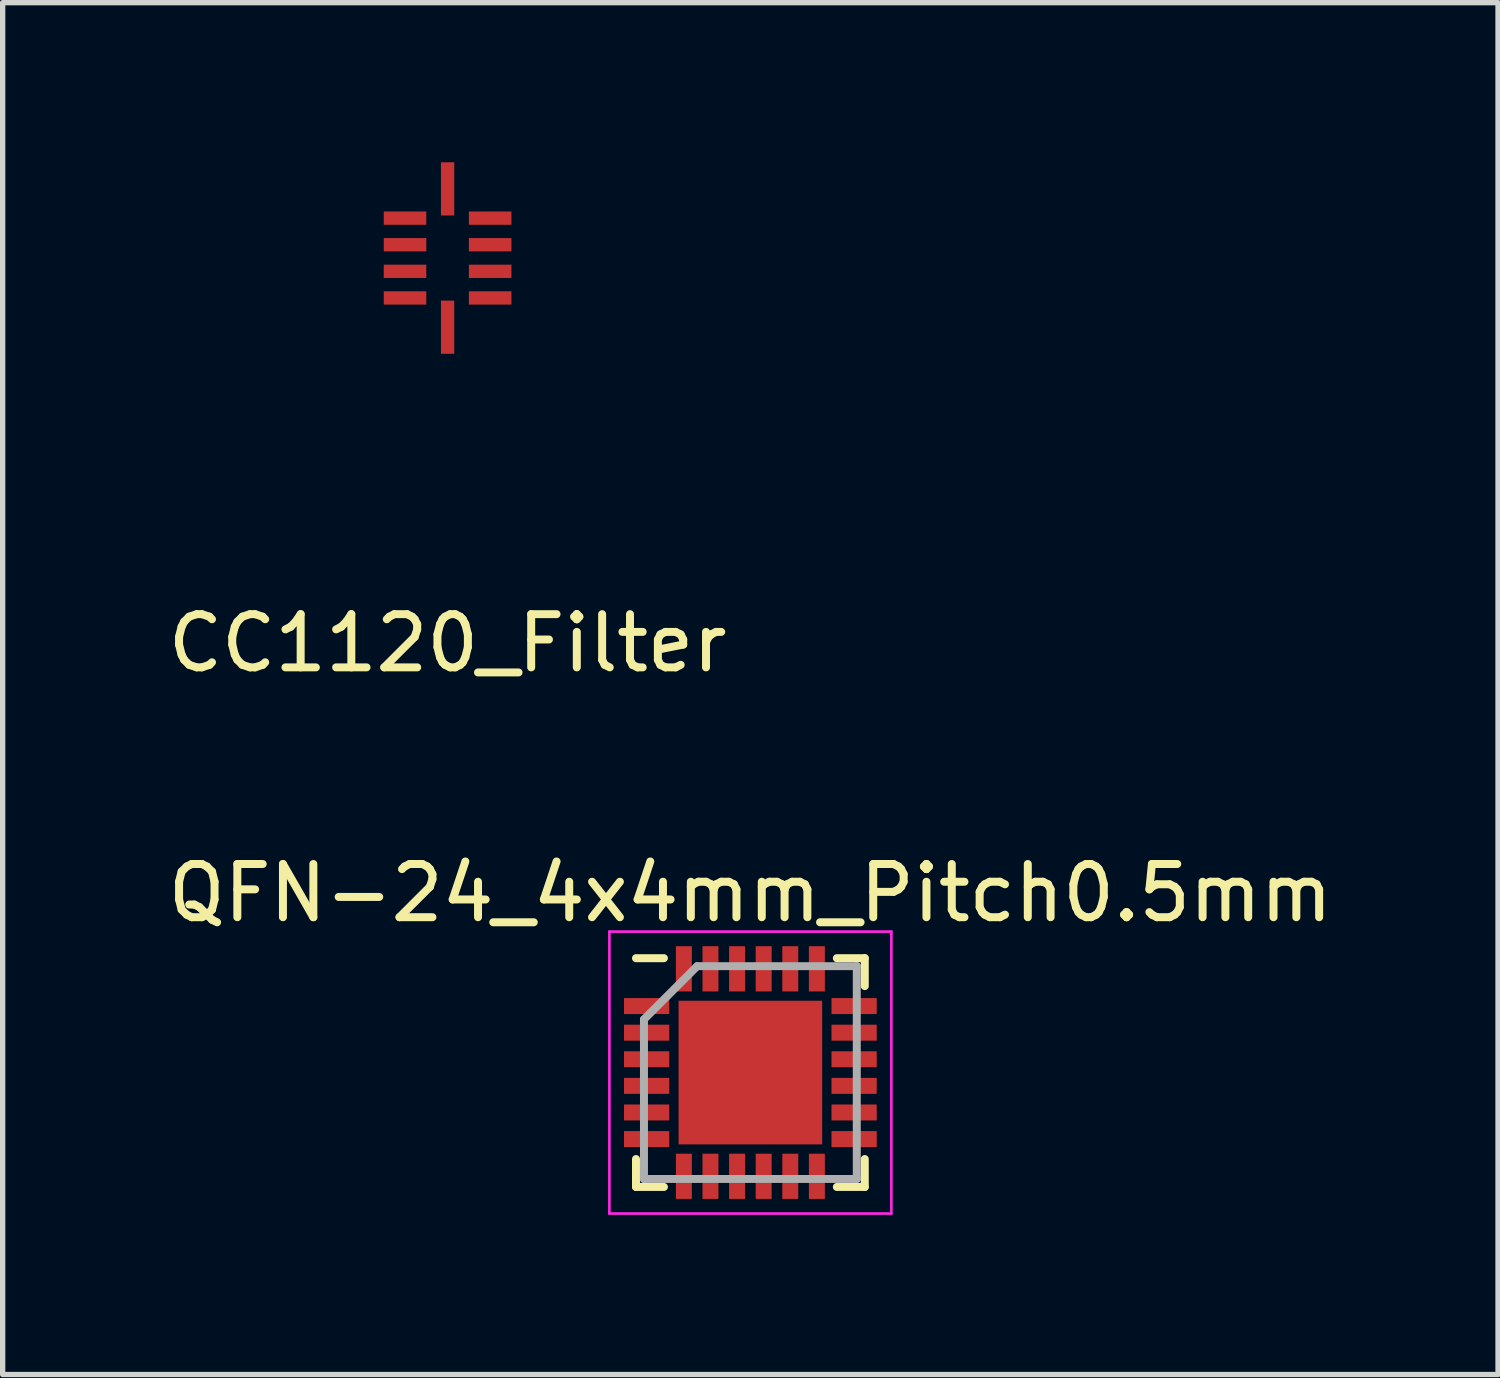
<source format=kicad_pcb>
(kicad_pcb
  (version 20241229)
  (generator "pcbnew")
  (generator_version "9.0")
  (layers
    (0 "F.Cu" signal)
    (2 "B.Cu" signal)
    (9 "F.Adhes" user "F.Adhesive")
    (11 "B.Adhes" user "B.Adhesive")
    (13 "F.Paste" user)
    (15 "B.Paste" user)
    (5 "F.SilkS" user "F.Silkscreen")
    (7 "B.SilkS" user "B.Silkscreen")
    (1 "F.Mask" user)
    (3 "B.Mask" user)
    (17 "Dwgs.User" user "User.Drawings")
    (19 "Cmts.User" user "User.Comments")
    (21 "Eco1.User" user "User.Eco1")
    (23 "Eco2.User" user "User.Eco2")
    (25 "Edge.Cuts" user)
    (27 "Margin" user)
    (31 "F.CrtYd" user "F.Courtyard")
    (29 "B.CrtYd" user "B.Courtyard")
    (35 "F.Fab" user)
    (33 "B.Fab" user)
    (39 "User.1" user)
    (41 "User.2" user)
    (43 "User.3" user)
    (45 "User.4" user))
  (footprint "CC1120_Filter"
    (layer "F.Cu")
    (at 5.363 1.8)
    (property "Reference" "CC1120_Filter" (at 0 7.239 0) (layer "F.SilkS") (effects (font (size 1 1) (thickness 0.15))))
    (attr through_hole)
    (pad "1" smd rect (at -0.8 -0.75) (size 0.8 0.25) (layers "F.Cu" "F.Mask" "F.Paste"))
    (pad "2" smd rect (at -0.8 -0.25) (size 0.8 0.25) (layers "F.Cu" "F.Mask" "F.Paste"))
    (pad "3" smd rect (at -0.8 0.25) (size 0.8 0.25) (layers "F.Cu" "F.Mask" "F.Paste"))
    (pad "4" smd rect (at -0.8 0.75) (size 0.8 0.25) (layers "F.Cu" "F.Mask" "F.Paste"))
    (pad "5" smd rect (at 0 1.3) (size 0.25 1) (layers "F.Cu" "F.Mask" "F.Paste"))
    (pad "6" smd rect (at 0.8 0.75) (size 0.8 0.25) (layers "F.Cu" "F.Mask" "F.Paste"))
    (pad "7" smd rect (at 0.8 0.25) (size 0.8 0.25) (layers "F.Cu" "F.Mask" "F.Paste"))
    (pad "8" smd rect (at 0.8 -0.25) (size 0.8 0.25) (layers "F.Cu" "F.Mask" "F.Paste"))
    (pad "9" smd rect (at 0.8 -0.75) (size 0.8 0.25) (layers "F.Cu" "F.Mask" "F.Paste"))
    (pad "10" smd rect (at 0 -1.3) (size 0.25 1) (layers "F.Cu" "F.Mask" "F.Paste")))
  (footprint "QFN-24_4x4mm_Pitch0.5mm"
    (layer "F.Cu")
    (at 11.054 17.11)
    (property "Reference" "QFN-24_4x4mm_Pitch0.5mm" (at 0 -3.375 0) (layer "F.SilkS") (effects (font (size 1 1) (thickness 0.15))))
    (attr smd)
    (fp_line (start -2.15 -2.15) (end -1.625 -2.15) (stroke (width 0.15) (type solid)) (layer "F.SilkS"))
    (fp_line (start -2.15 2.15) (end -2.15 1.625) (stroke (width 0.15) (type solid)) (layer "F.SilkS"))
    (fp_line (start -2.15 2.15) (end -1.625 2.15) (stroke (width 0.15) (type solid)) (layer "F.SilkS"))
    (fp_line (start 2.15 -2.15) (end 1.625 -2.15) (stroke (width 0.15) (type solid)) (layer "F.SilkS"))
    (fp_line (start 2.15 -2.15) (end 2.15 -1.625) (stroke (width 0.15) (type solid)) (layer "F.SilkS"))
    (fp_line (start 2.15 2.15) (end 1.625 2.15) (stroke (width 0.15) (type solid)) (layer "F.SilkS"))
    (fp_line (start 2.15 2.15) (end 2.15 1.625) (stroke (width 0.15) (type solid)) (layer "F.SilkS"))
    (fp_line (start -2.65 -2.65) (end -2.65 2.65) (stroke (width 0.05) (type solid)) (layer "F.CrtYd"))
    (fp_line (start -2.65 -2.65) (end 2.65 -2.65) (stroke (width 0.05) (type solid)) (layer "F.CrtYd"))
    (fp_line (start -2.65 2.65) (end 2.65 2.65) (stroke (width 0.05) (type solid)) (layer "F.CrtYd"))
    (fp_line (start 2.65 -2.65) (end 2.65 2.65) (stroke (width 0.05) (type solid)) (layer "F.CrtYd"))
    (fp_line (start -2 -1) (end -1 -2) (stroke (width 0.15) (type solid)) (layer "F.Fab"))
    (fp_line (start -2 2) (end -2 -1) (stroke (width 0.15) (type solid)) (layer "F.Fab"))
    (fp_line (start -1 -2) (end 2 -2) (stroke (width 0.15) (type solid)) (layer "F.Fab"))
    (fp_line (start 2 -2) (end 2 2) (stroke (width 0.15) (type solid)) (layer "F.Fab"))
    (fp_line (start 2 2) (end -2 2) (stroke (width 0.15) (type solid)) (layer "F.Fab"))
    (pad "1" smd rect (at -1.95 -1.25) (size 0.85 0.3) (layers "F.Cu" "F.Mask" "F.Paste"))
    (pad "2" smd rect (at -1.95 -0.75) (size 0.85 0.3) (layers "F.Cu" "F.Mask" "F.Paste"))
    (pad "3" smd rect (at -1.95 -0.25) (size 0.85 0.3) (layers "F.Cu" "F.Mask" "F.Paste"))
    (pad "4" smd rect (at -1.95 0.25) (size 0.85 0.3) (layers "F.Cu" "F.Mask" "F.Paste"))
    (pad "5" smd rect (at -1.95 0.75) (size 0.85 0.3) (layers "F.Cu" "F.Mask" "F.Paste"))
    (pad "6" smd rect (at -1.95 1.25) (size 0.85 0.3) (layers "F.Cu" "F.Mask" "F.Paste"))
    (pad "7" smd rect (at -1.25 1.95 90) (size 0.85 0.3) (layers "F.Cu" "F.Mask" "F.Paste"))
    (pad "8" smd rect (at -0.75 1.95 90) (size 0.85 0.3) (layers "F.Cu" "F.Mask" "F.Paste"))
    (pad "9" smd rect (at -0.25 1.95 90) (size 0.85 0.3) (layers "F.Cu" "F.Mask" "F.Paste"))
    (pad "10" smd rect (at 0.25 1.95 90) (size 0.85 0.3) (layers "F.Cu" "F.Mask" "F.Paste"))
    (pad "11" smd rect (at 0.75 1.95 90) (size 0.85 0.3) (layers "F.Cu" "F.Mask" "F.Paste"))
    (pad "12" smd rect (at 1.25 1.95 90) (size 0.85 0.3) (layers "F.Cu" "F.Mask" "F.Paste"))
    (pad "13" smd rect (at 1.95 1.25) (size 0.85 0.3) (layers "F.Cu" "F.Mask" "F.Paste"))
    (pad "14" smd rect (at 1.95 0.75) (size 0.85 0.3) (layers "F.Cu" "F.Mask" "F.Paste"))
    (pad "15" smd rect (at 1.95 0.25) (size 0.85 0.3) (layers "F.Cu" "F.Mask" "F.Paste"))
    (pad "16" smd rect (at 1.95 -0.25) (size 0.85 0.3) (layers "F.Cu" "F.Mask" "F.Paste"))
    (pad "17" smd rect (at 1.95 -0.75) (size 0.85 0.3) (layers "F.Cu" "F.Mask" "F.Paste"))
    (pad "18" smd rect (at 1.95 -1.25) (size 0.85 0.3) (layers "F.Cu" "F.Mask" "F.Paste"))
    (pad "19" smd rect (at 1.25 -1.95 90) (size 0.85 0.3) (layers "F.Cu" "F.Mask" "F.Paste"))
    (pad "20" smd rect (at 0.75 -1.95 90) (size 0.85 0.3) (layers "F.Cu" "F.Mask" "F.Paste"))
    (pad "21" smd rect (at 0.25 -1.95 90) (size 0.85 0.3) (layers "F.Cu" "F.Mask" "F.Paste"))
    (pad "22" smd rect (at -0.25 -1.95 90) (size 0.85 0.3) (layers "F.Cu" "F.Mask" "F.Paste"))
    (pad "23" smd rect (at -0.75 -1.95 90) (size 0.85 0.3) (layers "F.Cu" "F.Mask" "F.Paste"))
    (pad "24" smd rect (at -1.25 -1.95 90) (size 0.85 0.3) (layers "F.Cu" "F.Mask" "F.Paste"))
    (pad "25" smd rect (at 0 0) (size 2.7 2.7) (layers "F.Cu" "F.Mask" "F.Paste")))
  (gr_rect
    (start -3 -3)
    (end 25.107 22.785)
    (stroke (width 0.1) (type default))
    (fill no)
    (layer "Edge.Cuts")))
</source>
